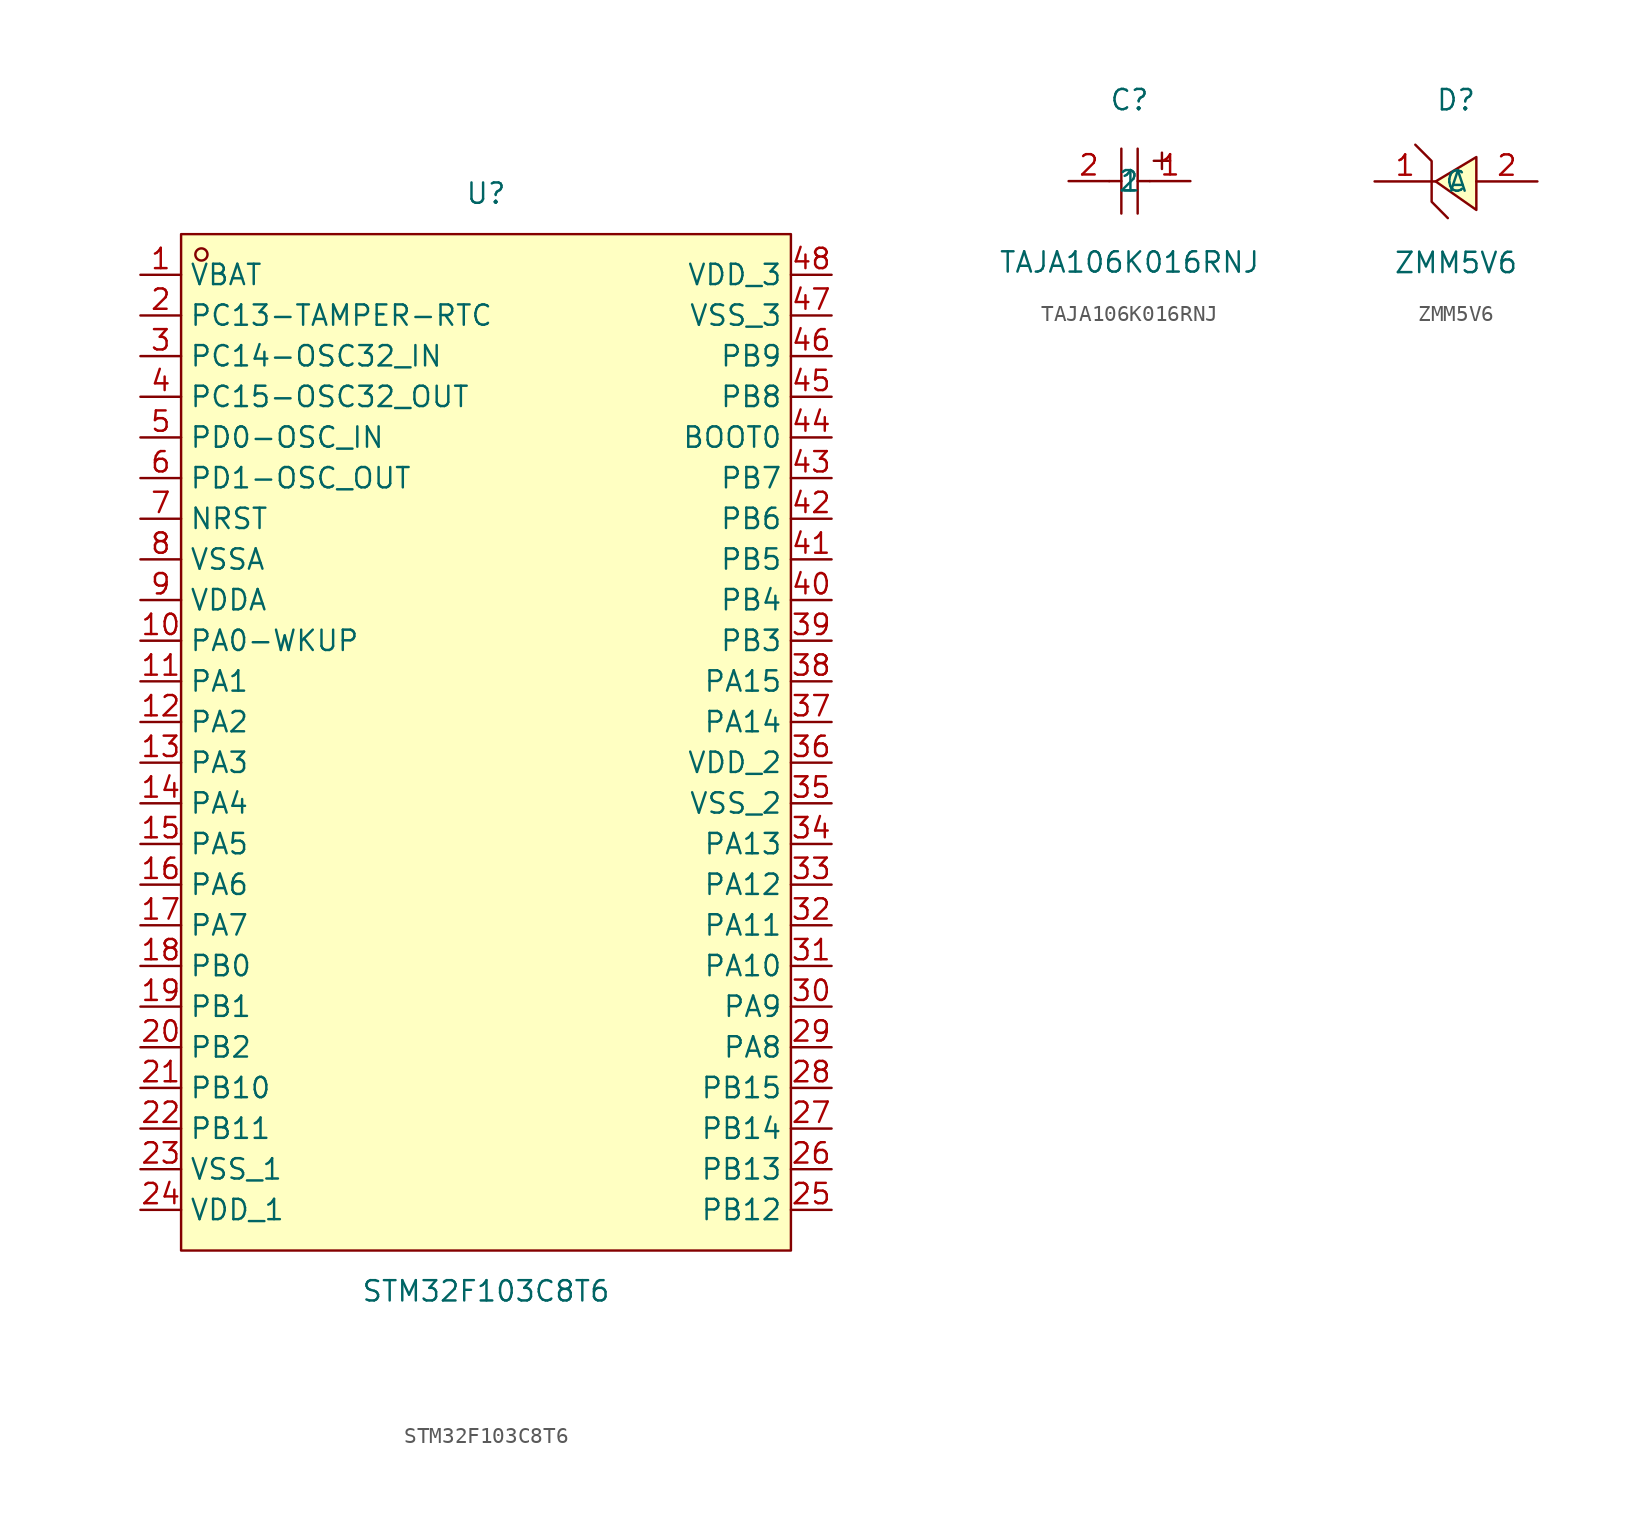
<source format=kicad_sym>
(kicad_symbol_lib
  (version 20211014)
  (generator https://github.com/uPesy/easyeda2kicad.py)
  (symbol "STM32F103C8T6"
    (property "Reference" "U"
      (at 0 34.29 0)
      (effects (font (size 1.27 1.27))))
    (property "Value" "STM32F103C8T6"
      (at 0 -34.29 0)
      (effects (font (size 1.27 1.27))))
    (symbol "STM32F103C8T6_0_1"
      (rectangle (start -19.05 31.75) (end 19.05 -31.75) (stroke (width 0) (type default) (color 0 0 0 0)) (fill (type background)))
      (circle (center -17.78 30.48) (radius 0.38) (stroke (width 0) (type default) (color 0 0 0 0)) (fill (type none)))
      (pin unspecified line (at -21.59 29.21 0) (length 2.54) (name "VBAT" (effects (font (size 1.27 1.27)))) (number "1" (effects (font (size 1.27 1.27)))))
      (pin unspecified line (at -21.59 6.35 0) (length 2.54) (name "PA0-WKUP" (effects (font (size 1.27 1.27)))) (number "10" (effects (font (size 1.27 1.27)))))
      (pin unspecified line (at -21.59 3.81 0) (length 2.54) (name "PA1" (effects (font (size 1.27 1.27)))) (number "11" (effects (font (size 1.27 1.27)))))
      (pin unspecified line (at -21.59 1.27 0) (length 2.54) (name "PA2" (effects (font (size 1.27 1.27)))) (number "12" (effects (font (size 1.27 1.27)))))
      (pin unspecified line (at -21.59 -1.27 0) (length 2.54) (name "PA3" (effects (font (size 1.27 1.27)))) (number "13" (effects (font (size 1.27 1.27)))))
      (pin unspecified line (at -21.59 -3.81 0) (length 2.54) (name "PA4" (effects (font (size 1.27 1.27)))) (number "14" (effects (font (size 1.27 1.27)))))
      (pin unspecified line (at -21.59 -6.35 0) (length 2.54) (name "PA5" (effects (font (size 1.27 1.27)))) (number "15" (effects (font (size 1.27 1.27)))))
      (pin unspecified line (at -21.59 -8.89 0) (length 2.54) (name "PA6" (effects (font (size 1.27 1.27)))) (number "16" (effects (font (size 1.27 1.27)))))
      (pin unspecified line (at -21.59 -11.43 0) (length 2.54) (name "PA7" (effects (font (size 1.27 1.27)))) (number "17" (effects (font (size 1.27 1.27)))))
      (pin unspecified line (at -21.59 -13.97 0) (length 2.54) (name "PB0" (effects (font (size 1.27 1.27)))) (number "18" (effects (font (size 1.27 1.27)))))
      (pin unspecified line (at -21.59 -16.51 0) (length 2.54) (name "PB1" (effects (font (size 1.27 1.27)))) (number "19" (effects (font (size 1.27 1.27)))))
      (pin unspecified line (at -21.59 26.67 0) (length 2.54) (name "PC13-TAMPER-RTC" (effects (font (size 1.27 1.27)))) (number "2" (effects (font (size 1.27 1.27)))))
      (pin unspecified line (at -21.59 -19.05 0) (length 2.54) (name "PB2" (effects (font (size 1.27 1.27)))) (number "20" (effects (font (size 1.27 1.27)))))
      (pin unspecified line (at -21.59 -21.59 0) (length 2.54) (name "PB10" (effects (font (size 1.27 1.27)))) (number "21" (effects (font (size 1.27 1.27)))))
      (pin unspecified line (at -21.59 -24.13 0) (length 2.54) (name "PB11" (effects (font (size 1.27 1.27)))) (number "22" (effects (font (size 1.27 1.27)))))
      (pin unspecified line (at -21.59 -26.67 0) (length 2.54) (name "VSS_1" (effects (font (size 1.27 1.27)))) (number "23" (effects (font (size 1.27 1.27)))))
      (pin unspecified line (at -21.59 -29.21 0) (length 2.54) (name "VDD_1" (effects (font (size 1.27 1.27)))) (number "24" (effects (font (size 1.27 1.27)))))
      (pin unspecified line (at 21.59 -29.21 180) (length 2.54) (name "PB12" (effects (font (size 1.27 1.27)))) (number "25" (effects (font (size 1.27 1.27)))))
      (pin unspecified line (at 21.59 -26.67 180) (length 2.54) (name "PB13" (effects (font (size 1.27 1.27)))) (number "26" (effects (font (size 1.27 1.27)))))
      (pin unspecified line (at 21.59 -24.13 180) (length 2.54) (name "PB14" (effects (font (size 1.27 1.27)))) (number "27" (effects (font (size 1.27 1.27)))))
      (pin unspecified line (at 21.59 -21.59 180) (length 2.54) (name "PB15" (effects (font (size 1.27 1.27)))) (number "28" (effects (font (size 1.27 1.27)))))
      (pin unspecified line (at 21.59 -19.05 180) (length 2.54) (name "PA8" (effects (font (size 1.27 1.27)))) (number "29" (effects (font (size 1.27 1.27)))))
      (pin unspecified line (at -21.59 24.13 0) (length 2.54) (name "PC14-OSC32_IN" (effects (font (size 1.27 1.27)))) (number "3" (effects (font (size 1.27 1.27)))))
      (pin unspecified line (at 21.59 -16.51 180) (length 2.54) (name "PA9" (effects (font (size 1.27 1.27)))) (number "30" (effects (font (size 1.27 1.27)))))
      (pin unspecified line (at 21.59 -13.97 180) (length 2.54) (name "PA10" (effects (font (size 1.27 1.27)))) (number "31" (effects (font (size 1.27 1.27)))))
      (pin unspecified line (at 21.59 -11.43 180) (length 2.54) (name "PA11" (effects (font (size 1.27 1.27)))) (number "32" (effects (font (size 1.27 1.27)))))
      (pin unspecified line (at 21.59 -8.89 180) (length 2.54) (name "PA12" (effects (font (size 1.27 1.27)))) (number "33" (effects (font (size 1.27 1.27)))))
      (pin unspecified line (at 21.59 -6.35 180) (length 2.54) (name "PA13" (effects (font (size 1.27 1.27)))) (number "34" (effects (font (size 1.27 1.27)))))
      (pin unspecified line (at 21.59 -3.81 180) (length 2.54) (name "VSS_2" (effects (font (size 1.27 1.27)))) (number "35" (effects (font (size 1.27 1.27)))))
      (pin unspecified line (at 21.59 -1.27 180) (length 2.54) (name "VDD_2" (effects (font (size 1.27 1.27)))) (number "36" (effects (font (size 1.27 1.27)))))
      (pin unspecified line (at 21.59 1.27 180) (length 2.54) (name "PA14" (effects (font (size 1.27 1.27)))) (number "37" (effects (font (size 1.27 1.27)))))
      (pin unspecified line (at 21.59 3.81 180) (length 2.54) (name "PA15" (effects (font (size 1.27 1.27)))) (number "38" (effects (font (size 1.27 1.27)))))
      (pin unspecified line (at 21.59 6.35 180) (length 2.54) (name "PB3" (effects (font (size 1.27 1.27)))) (number "39" (effects (font (size 1.27 1.27)))))
      (pin unspecified line (at -21.59 21.59 0) (length 2.54) (name "PC15-OSC32_OUT" (effects (font (size 1.27 1.27)))) (number "4" (effects (font (size 1.27 1.27)))))
      (pin unspecified line (at 21.59 8.89 180) (length 2.54) (name "PB4" (effects (font (size 1.27 1.27)))) (number "40" (effects (font (size 1.27 1.27)))))
      (pin unspecified line (at 21.59 11.43 180) (length 2.54) (name "PB5" (effects (font (size 1.27 1.27)))) (number "41" (effects (font (size 1.27 1.27)))))
      (pin unspecified line (at 21.59 13.97 180) (length 2.54) (name "PB6" (effects (font (size 1.27 1.27)))) (number "42" (effects (font (size 1.27 1.27)))))
      (pin unspecified line (at 21.59 16.51 180) (length 2.54) (name "PB7" (effects (font (size 1.27 1.27)))) (number "43" (effects (font (size 1.27 1.27)))))
      (pin unspecified line (at 21.59 19.05 180) (length 2.54) (name "BOOT0" (effects (font (size 1.27 1.27)))) (number "44" (effects (font (size 1.27 1.27)))))
      (pin unspecified line (at 21.59 21.59 180) (length 2.54) (name "PB8" (effects (font (size 1.27 1.27)))) (number "45" (effects (font (size 1.27 1.27)))))
      (pin unspecified line (at 21.59 24.13 180) (length 2.54) (name "PB9" (effects (font (size 1.27 1.27)))) (number "46" (effects (font (size 1.27 1.27)))))
      (pin unspecified line (at 21.59 26.67 180) (length 2.54) (name "VSS_3" (effects (font (size 1.27 1.27)))) (number "47" (effects (font (size 1.27 1.27)))))
      (pin unspecified line (at 21.59 29.21 180) (length 2.54) (name "VDD_3" (effects (font (size 1.27 1.27)))) (number "48" (effects (font (size 1.27 1.27)))))
      (pin unspecified line (at -21.59 19.05 0) (length 2.54) (name "PD0-OSC_IN" (effects (font (size 1.27 1.27)))) (number "5" (effects (font (size 1.27 1.27)))))
      (pin unspecified line (at -21.59 16.51 0) (length 2.54) (name "PD1-OSC_OUT" (effects (font (size 1.27 1.27)))) (number "6" (effects (font (size 1.27 1.27)))))
      (pin unspecified line (at -21.59 13.97 0) (length 2.54) (name "NRST" (effects (font (size 1.27 1.27)))) (number "7" (effects (font (size 1.27 1.27)))))
      (pin unspecified line (at -21.59 11.43 0) (length 2.54) (name "VSSA" (effects (font (size 1.27 1.27)))) (number "8" (effects (font (size 1.27 1.27)))))
      (pin unspecified line (at -21.59 8.89 0) (length 2.54) (name "VDDA" (effects (font (size 1.27 1.27)))) (number "9" (effects (font (size 1.27 1.27)))))))
  (symbol "TAJA106K016RNJ"
    (property "Reference" "C"
      (at 0 5.08 0)
      (effects (font (size 1.27 1.27))))
    (property "Value" "TAJA106K016RNJ"
      (at 0 -5.08 0)
      (effects (font (size 1.27 1.27))))
    (symbol "TAJA106K016RNJ_0_1"
      (polyline (pts (xy -0.51 -2.03) (xy -0.51 2.03)) (stroke (width 0) (type default) (color 0 0 0 0)) (fill (type none)))
      (polyline (pts (xy -0.51 0) (xy -1.27 0)) (stroke (width 0) (type default) (color 0 0 0 0)) (fill (type none)))
      (polyline (pts (xy 0.51 -2.03) (xy 0.51 2.03)) (stroke (width 0) (type default) (color 0 0 0 0)) (fill (type none)))
      (polyline (pts (xy 1.27 0) (xy 0.51 0)) (stroke (width 0) (type default) (color 0 0 0 0)) (fill (type none)))
      (polyline (pts (xy 1.52 1.27) (xy 2.54 1.27)) (stroke (width 0) (type default) (color 0 0 0 0)) (fill (type none)))
      (polyline (pts (xy 2.03 1.78) (xy 2.03 0.76)) (stroke (width 0) (type default) (color 0 0 0 0)) (fill (type none)))
      (pin input line (at 3.81 0 180) (length 2.54) (name "1" (effects (font (size 1.27 1.27)))) (number "1" (effects (font (size 1.27 1.27)))))
      (pin input line (at -3.81 0 0) (length 2.54) (name "2" (effects (font (size 1.27 1.27)))) (number "2" (effects (font (size 1.27 1.27)))))))
  (symbol "ZMM5V6"
    (property "Reference" "D"
      (at 0 5.08 0)
      (effects (font (size 1.27 1.27))))
    (property "Value" "ZMM5V6"
      (at 0 -5.08 0)
      (effects (font (size 1.27 1.27))))
    (symbol "ZMM5V6_0_1"
      (polyline (pts (xy -2.54 2.29) (xy -1.52 1.27) (xy -1.52 -1.27) (xy -0.51 -2.29)) (stroke (width 0) (type default) (color 0 0 0 0)) (fill (type none)))
      (polyline (pts (xy 1.27 1.52) (xy -1.27 0) (xy 1.27 -1.78) (xy 1.27 1.52)) (stroke (width 0) (type default) (color 0 0 0 0)) (fill (type background)))
      (pin unspecified line (at -5.08 0 0) (length 3.81) (name "C" (effects (font (size 1.27 1.27)))) (number "1" (effects (font (size 1.27 1.27)))))
      (pin unspecified line (at 5.08 0 180) (length 3.81) (name "A" (effects (font (size 1.27 1.27)))) (number "2" (effects (font (size 1.27 1.27))))))))
</source>
